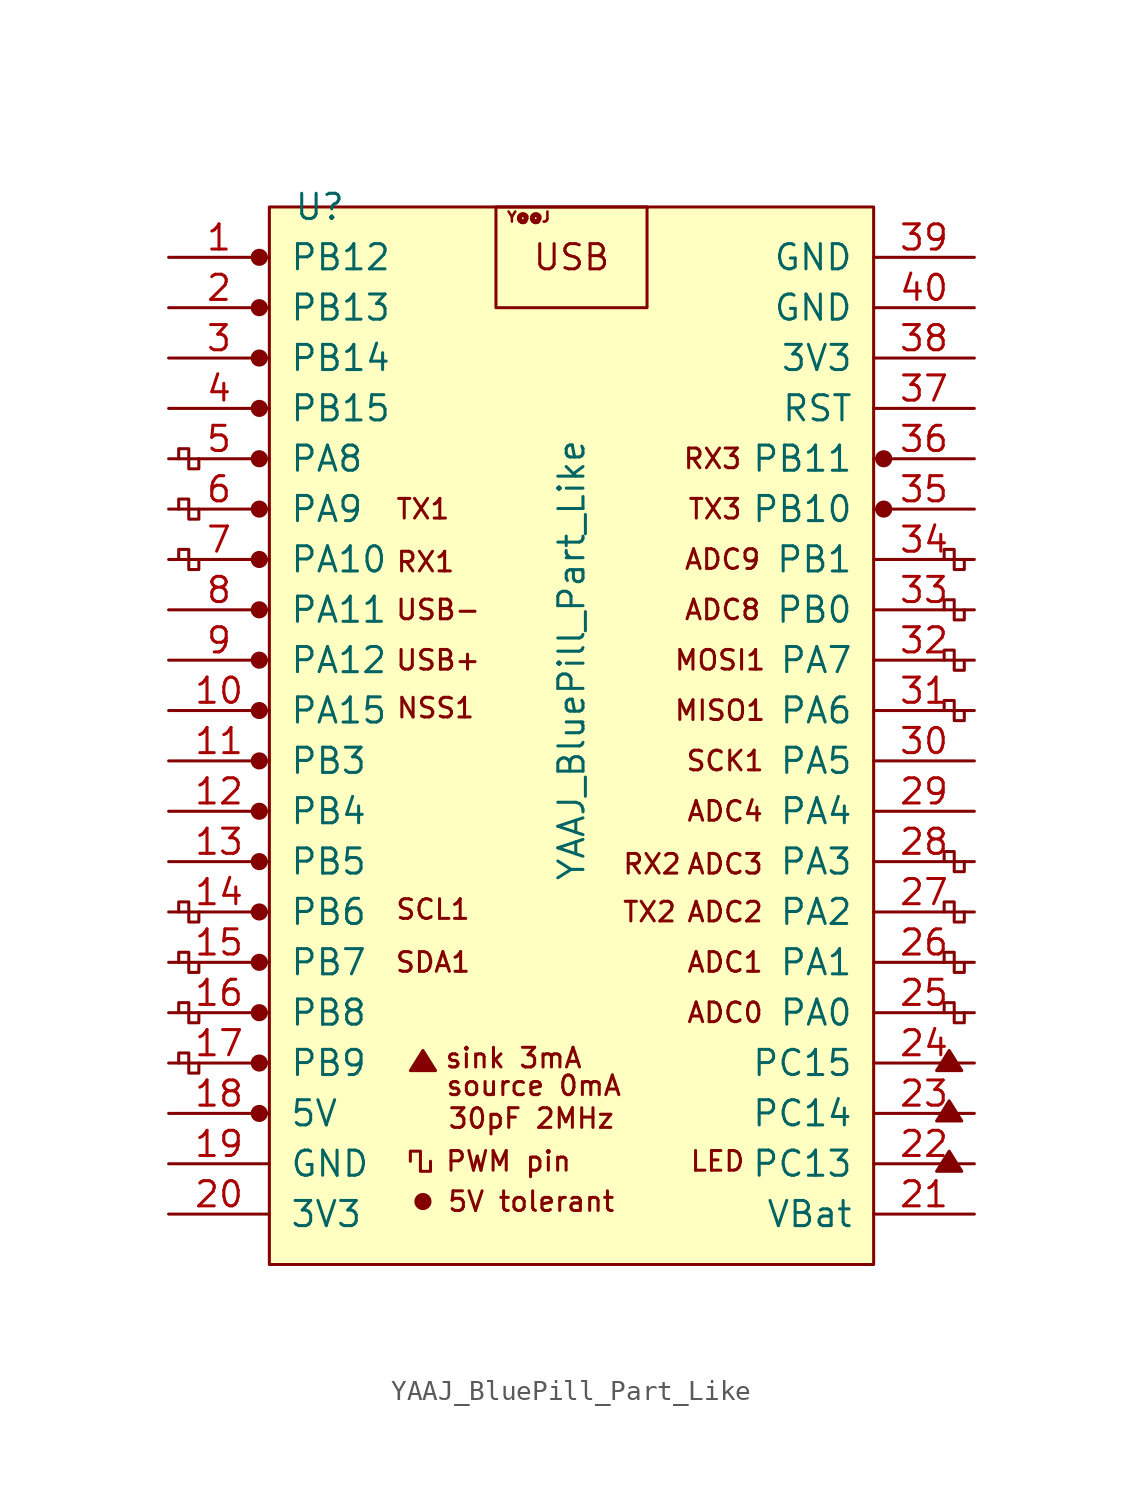
<source format=kicad_sym>
(kicad_symbol_lib
  (version 20211014)
  (generator kicad_symbol_editor)
  (symbol "YAAJ_BluePill_Part_Like"
    (pin_names
      (offset 1.016))
    (property "Reference" "U"
      (at -12.7 25.4 0)
      (effects (font (size 1.27 1.27))))
    (property "Value" "YAAJ_BluePill_Part_Like"
      (at 0 2.54 90)
      (effects (font (size 1.27 1.27))))
    (symbol "YAAJ_BluePill_Part_Like_0_0"
      (circle (center -15.748 -20.32) (radius 0.356) (stroke (width 0) (type default) (color 0 0 0 0)) (fill (type outline)))
      (circle (center -15.748 -17.78) (radius 0.356) (stroke (width 0) (type default) (color 0 0 0 0)) (fill (type outline)))
      (circle (center -15.748 -15.24) (radius 0.356) (stroke (width 0) (type default) (color 0 0 0 0)) (fill (type outline)))
      (circle (center -15.748 -12.7) (radius 0.356) (stroke (width 0) (type default) (color 0 0 0 0)) (fill (type outline)))
      (circle (center -15.748 -10.16) (radius 0.356) (stroke (width 0) (type default) (color 0 0 0 0)) (fill (type outline)))
      (circle (center -15.748 -7.62) (radius 0.356) (stroke (width 0) (type default) (color 0 0 0 0)) (fill (type outline)))
      (circle (center -15.748 -5.08) (radius 0.356) (stroke (width 0) (type default) (color 0 0 0 0)) (fill (type outline)))
      (circle (center -15.748 -2.54) (radius 0.356) (stroke (width 0) (type default) (color 0 0 0 0)) (fill (type outline)))
      (circle (center -15.748 0) (radius 0.356) (stroke (width 0) (type default) (color 0 0 0 0)) (fill (type outline)))
      (circle (center -15.748 2.54) (radius 0.356) (stroke (width 0) (type default) (color 0 0 0 0)) (fill (type outline)))
      (circle (center -15.748 5.08) (radius 0.356) (stroke (width 0) (type default) (color 0 0 0 0)) (fill (type outline)))
      (circle (center -15.748 7.62) (radius 0.356) (stroke (width 0) (type default) (color 0 0 0 0)) (fill (type outline)))
      (circle (center -15.748 10.16) (radius 0.356) (stroke (width 0) (type default) (color 0 0 0 0)) (fill (type outline)))
      (circle (center -15.748 12.7) (radius 0.356) (stroke (width 0) (type default) (color 0 0 0 0)) (fill (type outline)))
      (circle (center -15.748 15.24) (radius 0.356) (stroke (width 0) (type default) (color 0 0 0 0)) (fill (type outline)))
      (circle (center -15.748 17.78) (radius 0.356) (stroke (width 0) (type default) (color 0 0 0 0)) (fill (type outline)))
      (circle (center -15.748 22.86) (radius 0.356) (stroke (width 0) (type default) (color 0 0 0 0)) (fill (type outline)))
      (circle (center -7.493 -24.765) (radius 0.127) (stroke (width 0) (type default) (color 0 0 0 0)) (fill (type outline)))
      (circle (center -7.493 -24.765) (radius 0.254) (stroke (width 0) (type default) (color 0 0 0 0)) (fill (type none)))
      (circle (center -7.493 -24.765) (radius 0.356) (stroke (width 0) (type default) (color 0 0 0 0)) (fill (type none)))
      (polyline (pts (xy -8.128 -18.161) (xy -7.493 -17.145) (xy -6.858 -18.161) (xy -8.128 -18.161) (xy -7.493 -17.272) (xy -6.985 -18.161) (xy -8.001 -18.034) (xy -7.493 -17.399) (xy -7.112 -18.161) (xy -7.874 -17.907) (xy -7.366 -17.526) (xy -7.239 -18.161) (xy -7.747 -17.78) (xy -7.239 -17.653) (xy -7.366 -18.034) (xy -7.62 -17.78) (xy -7.366 -17.907) (xy -7.493 -17.653)) (stroke (width 0) (type default) (color 0 0 0 0)) (fill (type none)))
      (polyline (pts (xy 18.415 -23.241) (xy 19.05 -22.225) (xy 19.685 -23.241) (xy 18.415 -23.241) (xy 19.05 -22.352) (xy 19.558 -23.241) (xy 18.542 -23.114) (xy 19.05 -22.479) (xy 19.431 -23.241) (xy 18.669 -22.987) (xy 19.177 -22.606) (xy 19.304 -23.241) (xy 18.796 -22.86) (xy 19.304 -22.733) (xy 19.177 -23.114) (xy 18.923 -22.86) (xy 19.177 -22.987) (xy 19.05 -22.733)) (stroke (width 0) (type default) (color 0 0 0 0)) (fill (type none)))
      (polyline (pts (xy 18.415 -20.701) (xy 19.05 -19.685) (xy 19.685 -20.701) (xy 18.415 -20.701) (xy 19.05 -19.812) (xy 19.558 -20.701) (xy 18.542 -20.574) (xy 19.05 -19.939) (xy 19.431 -20.701) (xy 18.669 -20.447) (xy 19.177 -20.066) (xy 19.304 -20.701) (xy 18.796 -20.32) (xy 19.304 -20.193) (xy 19.177 -20.574) (xy 18.923 -20.32) (xy 19.177 -20.447) (xy 19.05 -20.193)) (stroke (width 0) (type default) (color 0 0 0 0)) (fill (type none)))
      (polyline (pts (xy 18.415 -18.161) (xy 19.05 -17.145) (xy 19.685 -18.161) (xy 18.415 -18.161) (xy 19.05 -17.272) (xy 19.558 -18.161) (xy 18.542 -18.034) (xy 19.05 -17.399) (xy 19.431 -18.161) (xy 18.669 -17.907) (xy 19.177 -17.526) (xy 19.304 -18.161) (xy 18.796 -17.78) (xy 19.304 -17.653) (xy 19.177 -18.034) (xy 18.923 -17.78) (xy 19.177 -17.907) (xy 19.05 -17.653)) (stroke (width 0) (type default) (color 0 0 0 0)) (fill (type none)))
      (circle (center 15.748 10.16) (radius 0.254) (stroke (width 0) (type default) (color 0 0 0 0)) (fill (type outline)))
      (circle (center 15.748 10.16) (radius 0.356) (stroke (width 0) (type default) (color 0 0 0 0)) (fill (type none)))
      (circle (center 15.748 12.7) (radius 0.254) (stroke (width 0) (type default) (color 0 0 0 0)) (fill (type outline)))
      (circle (center 15.748 12.7) (radius 0.356) (stroke (width 0) (type default) (color 0 0 0 0)) (fill (type none)))
      (text "30pF 2MHz" (at -2.032 -20.574 0) (effects (font (size 0.991 0.991))))
      (text "5V tolerant" (at -2.032 -24.765 0) (effects (font (size 0.991 0.991))))
      (text "ADC0" (at 7.747 -15.24 0) (effects (font (size 0.991 0.991))))
      (text "ADC1" (at 7.747 -12.7 0) (effects (font (size 0.991 0.991))))
      (text "ADC2" (at 7.747 -10.16 0) (effects (font (size 0.991 0.991))))
      (text "ADC3" (at 7.747 -7.747 0) (effects (font (size 0.991 0.991))))
      (text "ADC4" (at 7.747 -5.08 0) (effects (font (size 0.991 0.991))))
      (text "ADC8" (at 7.62 5.08 0) (effects (font (size 0.991 0.991))))
      (text "ADC9" (at 7.62 7.62 0) (effects (font (size 0.991 0.991))))
      (text "LED" (at 7.366 -22.733 0) (effects (font (size 0.991 0.991))))
      (text "MISO1" (at 7.493 0 0) (effects (font (size 0.991 0.991))))
      (text "MOSI1" (at 7.493 2.54 0) (effects (font (size 0.991 0.991))))
      (text "NSS1" (at -6.858 0.127 0) (effects (font (size 0.991 0.991))))
      (text "PWM pin" (at -3.175 -22.733 0) (effects (font (size 0.991 0.991))))
      (text "RX1" (at -7.366 7.493 0) (effects (font (size 0.991 0.991))))
      (text "RX2" (at 4.064 -7.747 0) (effects (font (size 0.991 0.991))))
      (text "RX3" (at 7.112 12.7 0) (effects (font (size 0.991 0.991))))
      (text "SCK1" (at 7.747 -2.54 0) (effects (font (size 0.991 0.991))))
      (text "SCL1" (at -6.985 -10.033 0) (effects (font (size 0.991 0.991))))
      (text "SDA1" (at -6.985 -12.7 0) (effects (font (size 0.991 0.991))))
      (text "sink 3mA" (at -2.921 -17.526 0) (effects (font (size 0.991 0.991))))
      (text "source 0mA" (at -1.905 -18.923 0) (effects (font (size 0.991 0.991))))
      (text "TX1" (at -7.493 10.16 0) (effects (font (size 0.991 0.991))))
      (text "TX2" (at 3.937 -10.16 0) (effects (font (size 0.991 0.991))))
      (text "TX3" (at 7.239 10.16 0) (effects (font (size 0.991 0.991))))
      (text "USB" (at 0 22.86 0) (effects (font (size 1.27 1.27))))
      (text "USB+" (at -6.731 2.54 0) (effects (font (size 0.991 0.991))))
      (text "USB-" (at -6.731 5.08 0) (effects (font (size 0.991 0.991))))
      (text "Y@@J" (at -2.159 24.892 0) (effects (font (size 0.508 0.508)))))
    (symbol "YAAJ_BluePill_Part_Like_0_1"
      (rectangle (start -15.24 25.4) (end 15.24 -27.94) (stroke (width 0) (type default) (color 0 0 0 0)) (fill (type background)))
      (polyline (pts (xy -18.796 -17.78) (xy -18.796 -18.288) (xy -19.304 -18.288) (xy -19.304 -17.272) (xy -19.812 -17.272) (xy -19.812 -17.78)) (stroke (width 0) (type default) (color 0 0 0 0)) (fill (type none)))
      (polyline (pts (xy -18.796 -15.24) (xy -18.796 -15.748) (xy -19.304 -15.748) (xy -19.304 -14.732) (xy -19.812 -14.732) (xy -19.812 -15.24)) (stroke (width 0) (type default) (color 0 0 0 0)) (fill (type none)))
      (polyline (pts (xy -18.796 -12.7) (xy -18.796 -13.208) (xy -19.304 -13.208) (xy -19.304 -12.192) (xy -19.812 -12.192) (xy -19.812 -12.7)) (stroke (width 0) (type default) (color 0 0 0 0)) (fill (type none)))
      (polyline (pts (xy -18.796 -10.16) (xy -18.796 -10.668) (xy -19.304 -10.668) (xy -19.304 -9.652) (xy -19.812 -9.652) (xy -19.812 -10.16)) (stroke (width 0) (type default) (color 0 0 0 0)) (fill (type none)))
      (polyline (pts (xy -18.796 7.62) (xy -18.796 7.112) (xy -19.304 7.112) (xy -19.304 8.128) (xy -19.812 8.128) (xy -19.812 7.62)) (stroke (width 0) (type default) (color 0 0 0 0)) (fill (type none)))
      (polyline (pts (xy -18.796 10.16) (xy -18.796 9.652) (xy -19.304 9.652) (xy -19.304 10.668) (xy -19.812 10.668) (xy -19.812 10.16)) (stroke (width 0) (type default) (color 0 0 0 0)) (fill (type none)))
      (polyline (pts (xy -18.796 12.7) (xy -18.796 12.192) (xy -19.304 12.192) (xy -19.304 13.208) (xy -19.812 13.208) (xy -19.812 12.7)) (stroke (width 0) (type default) (color 0 0 0 0)) (fill (type none)))
      (polyline (pts (xy -7.112 -22.733) (xy -7.112 -23.241) (xy -7.62 -23.241) (xy -7.62 -22.225) (xy -8.128 -22.225) (xy -8.128 -22.733)) (stroke (width 0) (type default) (color 0 0 0 0)) (fill (type none)))
      (polyline (pts (xy 19.812 -15.24) (xy 19.812 -15.748) (xy 19.304 -15.748) (xy 19.304 -14.732) (xy 18.796 -14.732) (xy 18.796 -15.24)) (stroke (width 0) (type default) (color 0 0 0 0)) (fill (type none)))
      (polyline (pts (xy 19.812 -12.7) (xy 19.812 -13.208) (xy 19.304 -13.208) (xy 19.304 -12.192) (xy 18.796 -12.192) (xy 18.796 -12.7)) (stroke (width 0) (type default) (color 0 0 0 0)) (fill (type none)))
      (polyline (pts (xy 19.812 -10.16) (xy 19.812 -10.668) (xy 19.304 -10.668) (xy 19.304 -9.652) (xy 18.796 -9.652) (xy 18.796 -10.16)) (stroke (width 0) (type default) (color 0 0 0 0)) (fill (type none)))
      (polyline (pts (xy 19.812 -7.62) (xy 19.812 -8.128) (xy 19.304 -8.128) (xy 19.304 -7.112) (xy 18.796 -7.112) (xy 18.796 -7.62)) (stroke (width 0) (type default) (color 0 0 0 0)) (fill (type none)))
      (polyline (pts (xy 19.812 0) (xy 19.812 -0.508) (xy 19.304 -0.508) (xy 19.304 0.508) (xy 18.796 0.508) (xy 18.796 0)) (stroke (width 0) (type default) (color 0 0 0 0)) (fill (type none)))
      (polyline (pts (xy 19.812 2.54) (xy 19.812 2.032) (xy 19.304 2.032) (xy 19.304 3.048) (xy 18.796 3.048) (xy 18.796 2.54)) (stroke (width 0) (type default) (color 0 0 0 0)) (fill (type none)))
      (polyline (pts (xy 19.812 5.08) (xy 19.812 4.572) (xy 19.304 4.572) (xy 19.304 5.588) (xy 18.796 5.588) (xy 18.796 5.08)) (stroke (width 0) (type default) (color 0 0 0 0)) (fill (type none)))
      (polyline (pts (xy 19.812 7.62) (xy 19.812 7.112) (xy 19.304 7.112) (xy 19.304 8.128) (xy 18.796 8.128) (xy 18.796 7.62)) (stroke (width 0) (type default) (color 0 0 0 0)) (fill (type none)))
      (rectangle (start 3.81 25.4) (end -3.81 20.32) (stroke (width 0) (type default) (color 0 0 0 0)) (fill (type none))))
    (symbol "YAAJ_BluePill_Part_Like_1_1"
      (circle (center -15.748 20.32) (radius 0.356) (stroke (width 0) (type default) (color 0 0 0 0)) (fill (type outline)))
      (pin bidirectional line (at -20.32 22.86 0) (length 5.08) (name "PB12" (effects (font (size 1.27 1.27)))) (number "1" (effects (font (size 1.27 1.27)))))
      (pin bidirectional line (at -20.32 0 0) (length 5.08) (name "PA15" (effects (font (size 1.27 1.27)))) (number "10" (effects (font (size 1.27 1.27)))))
      (pin bidirectional line (at -20.32 -2.54 0) (length 5.08) (name "PB3" (effects (font (size 1.27 1.27)))) (number "11" (effects (font (size 1.27 1.27)))))
      (pin bidirectional line (at -20.32 -5.08 0) (length 5.08) (name "PB4" (effects (font (size 1.27 1.27)))) (number "12" (effects (font (size 1.27 1.27)))))
      (pin bidirectional line (at -20.32 -7.62 0) (length 5.08) (name "PB5" (effects (font (size 1.27 1.27)))) (number "13" (effects (font (size 1.27 1.27)))))
      (pin bidirectional line (at -20.32 -10.16 0) (length 5.08) (name "PB6" (effects (font (size 1.27 1.27)))) (number "14" (effects (font (size 1.27 1.27)))))
      (pin bidirectional line (at -20.32 -12.7 0) (length 5.08) (name "PB7" (effects (font (size 1.27 1.27)))) (number "15" (effects (font (size 1.27 1.27)))))
      (pin bidirectional line (at -20.32 -15.24 0) (length 5.08) (name "PB8" (effects (font (size 1.27 1.27)))) (number "16" (effects (font (size 1.27 1.27)))))
      (pin bidirectional line (at -20.32 -17.78 0) (length 5.08) (name "PB9" (effects (font (size 1.27 1.27)))) (number "17" (effects (font (size 1.27 1.27)))))
      (pin power_in line (at -20.32 -20.32 0) (length 5.08) (name "5V" (effects (font (size 1.27 1.27)))) (number "18" (effects (font (size 1.27 1.27)))))
      (pin power_in line (at -20.32 -22.86 0) (length 5.08) (name "GND" (effects (font (size 1.27 1.27)))) (number "19" (effects (font (size 1.27 1.27)))))
      (pin bidirectional line (at -20.32 20.32 0) (length 5.08) (name "PB13" (effects (font (size 1.27 1.27)))) (number "2" (effects (font (size 1.27 1.27)))))
      (pin power_in line (at -20.32 -25.4 0) (length 5.08) (name "3V3" (effects (font (size 1.27 1.27)))) (number "20" (effects (font (size 1.27 1.27)))))
      (pin power_in line (at 20.32 -25.4 180) (length 5.08) (name "VBat" (effects (font (size 1.27 1.27)))) (number "21" (effects (font (size 1.27 1.27)))))
      (pin bidirectional line (at 20.32 -22.86 180) (length 5.08) (name "PC13" (effects (font (size 1.27 1.27)))) (number "22" (effects (font (size 1.27 1.27)))))
      (pin bidirectional line (at 20.32 -20.32 180) (length 5.08) (name "PC14" (effects (font (size 1.27 1.27)))) (number "23" (effects (font (size 1.27 1.27)))))
      (pin bidirectional line (at 20.32 -17.78 180) (length 5.08) (name "PC15" (effects (font (size 1.27 1.27)))) (number "24" (effects (font (size 1.27 1.27)))))
      (pin bidirectional line (at 20.32 -15.24 180) (length 5.08) (name "PA0" (effects (font (size 1.27 1.27)))) (number "25" (effects (font (size 1.27 1.27)))))
      (pin bidirectional line (at 20.32 -12.7 180) (length 5.08) (name "PA1" (effects (font (size 1.27 1.27)))) (number "26" (effects (font (size 1.27 1.27)))))
      (pin bidirectional line (at 20.32 -10.16 180) (length 5.08) (name "PA2" (effects (font (size 1.27 1.27)))) (number "27" (effects (font (size 1.27 1.27)))))
      (pin bidirectional line (at 20.32 -7.62 180) (length 5.08) (name "PA3" (effects (font (size 1.27 1.27)))) (number "28" (effects (font (size 1.27 1.27)))))
      (pin bidirectional line (at 20.32 -5.08 180) (length 5.08) (name "PA4" (effects (font (size 1.27 1.27)))) (number "29" (effects (font (size 1.27 1.27)))))
      (pin bidirectional line (at -20.32 17.78 0) (length 5.08) (name "PB14" (effects (font (size 1.27 1.27)))) (number "3" (effects (font (size 1.27 1.27)))))
      (pin bidirectional line (at 20.32 -2.54 180) (length 5.08) (name "PA5" (effects (font (size 1.27 1.27)))) (number "30" (effects (font (size 1.27 1.27)))))
      (pin bidirectional line (at 20.32 0 180) (length 5.08) (name "PA6" (effects (font (size 1.27 1.27)))) (number "31" (effects (font (size 1.27 1.27)))))
      (pin bidirectional line (at 20.32 2.54 180) (length 5.08) (name "PA7" (effects (font (size 1.27 1.27)))) (number "32" (effects (font (size 1.27 1.27)))))
      (pin bidirectional line (at 20.32 5.08 180) (length 5.08) (name "PB0" (effects (font (size 1.27 1.27)))) (number "33" (effects (font (size 1.27 1.27)))))
      (pin bidirectional line (at 20.32 7.62 180) (length 5.08) (name "PB1" (effects (font (size 1.27 1.27)))) (number "34" (effects (font (size 1.27 1.27)))))
      (pin bidirectional line (at 20.32 10.16 180) (length 5.08) (name "PB10" (effects (font (size 1.27 1.27)))) (number "35" (effects (font (size 1.27 1.27)))))
      (pin bidirectional line (at 20.32 12.7 180) (length 5.08) (name "PB11" (effects (font (size 1.27 1.27)))) (number "36" (effects (font (size 1.27 1.27)))))
      (pin input line (at 20.32 15.24 180) (length 5.08) (name "RST" (effects (font (size 1.27 1.27)))) (number "37" (effects (font (size 1.27 1.27)))))
      (pin power_in line (at 20.32 17.78 180) (length 5.08) (name "3V3" (effects (font (size 1.27 1.27)))) (number "38" (effects (font (size 1.27 1.27)))))
      (pin power_in line (at 20.32 22.86 180) (length 5.08) (name "GND" (effects (font (size 1.27 1.27)))) (number "39" (effects (font (size 1.27 1.27)))))
      (pin bidirectional line (at -20.32 15.24 0) (length 5.08) (name "PB15" (effects (font (size 1.27 1.27)))) (number "4" (effects (font (size 1.27 1.27)))))
      (pin power_in line (at 20.32 20.32 180) (length 5.08) (name "GND" (effects (font (size 1.27 1.27)))) (number "40" (effects (font (size 1.27 1.27)))))
      (pin bidirectional line (at -20.32 12.7 0) (length 5.08) (name "PA8" (effects (font (size 1.27 1.27)))) (number "5" (effects (font (size 1.27 1.27)))))
      (pin bidirectional line (at -20.32 10.16 0) (length 5.08) (name "PA9" (effects (font (size 1.27 1.27)))) (number "6" (effects (font (size 1.27 1.27)))))
      (pin bidirectional line (at -20.32 7.62 0) (length 5.08) (name "PA10" (effects (font (size 1.27 1.27)))) (number "7" (effects (font (size 1.27 1.27)))))
      (pin bidirectional line (at -20.32 5.08 0) (length 5.08) (name "PA11" (effects (font (size 1.27 1.27)))) (number "8" (effects (font (size 1.27 1.27)))))
      (pin bidirectional line (at -20.32 2.54 0) (length 5.08) (name "PA12" (effects (font (size 1.27 1.27)))) (number "9" (effects (font (size 1.27 1.27))))))))
</source>
